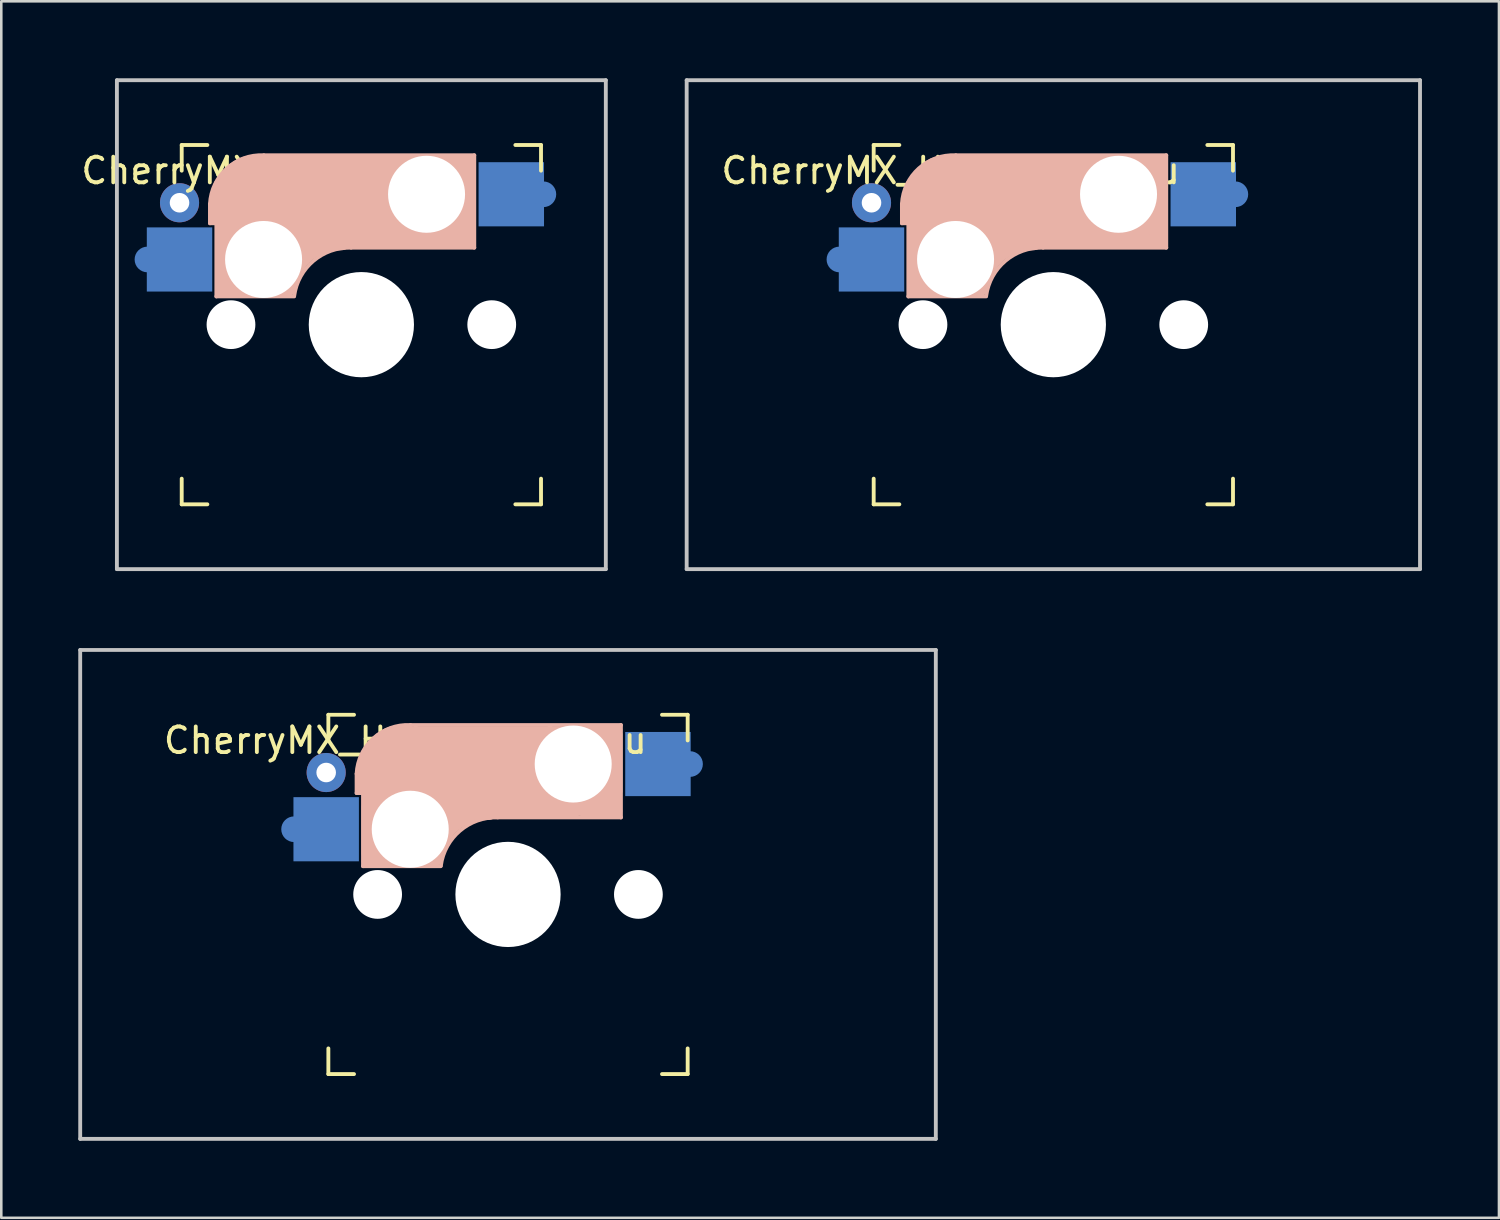
<source format=kicad_pcb>
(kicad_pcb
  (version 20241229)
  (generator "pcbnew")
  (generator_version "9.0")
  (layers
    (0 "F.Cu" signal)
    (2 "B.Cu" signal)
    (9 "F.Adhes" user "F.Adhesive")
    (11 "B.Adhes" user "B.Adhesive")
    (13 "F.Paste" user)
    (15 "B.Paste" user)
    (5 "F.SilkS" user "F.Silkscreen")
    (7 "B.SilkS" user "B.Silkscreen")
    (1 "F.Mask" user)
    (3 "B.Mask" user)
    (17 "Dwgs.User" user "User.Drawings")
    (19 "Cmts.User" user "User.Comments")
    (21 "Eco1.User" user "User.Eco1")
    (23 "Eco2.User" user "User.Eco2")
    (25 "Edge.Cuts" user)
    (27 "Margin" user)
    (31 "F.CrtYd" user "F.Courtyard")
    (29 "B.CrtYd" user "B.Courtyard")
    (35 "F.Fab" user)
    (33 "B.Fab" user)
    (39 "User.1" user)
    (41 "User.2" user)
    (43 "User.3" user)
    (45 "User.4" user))
  (footprint "CherryMX_Hotswap_1.75u"
    (layer "F.Cu")
    (at 16.744 31.8)
    (property "Reference" "CherryMX_Hotswap_1.75u" (at -4 -6 0) (layer "F.SilkS") (effects (font (size 1 1) (thickness 0.15))))
    (attr through_hole)
    (fp_line (start -7 -7) (end -6 -7) (stroke (width 0.15) (type solid)) (layer "F.SilkS"))
    (fp_line (start -7 -6) (end -7 -7) (stroke (width 0.15) (type solid)) (layer "F.SilkS"))
    (fp_line (start -7 6) (end -7 7) (stroke (width 0.15) (type solid)) (layer "F.SilkS"))
    (fp_line (start -7 7) (end -6 7) (stroke (width 0.15) (type solid)) (layer "F.SilkS"))
    (fp_line (start 6 7) (end 7 7) (stroke (width 0.15) (type solid)) (layer "F.SilkS"))
    (fp_line (start 7 -7) (end 6 -7) (stroke (width 0.15) (type solid)) (layer "F.SilkS"))
    (fp_line (start 7 -7) (end 7 -6) (stroke (width 0.15) (type solid)) (layer "F.SilkS"))
    (fp_line (start 7 7) (end 7 6) (stroke (width 0.15) (type solid)) (layer "F.SilkS"))
    (fp_line (start -5.9 -4.7) (end -5.9 -3.95) (stroke (width 0.15) (type solid)) (layer "B.SilkS"))
    (fp_line (start -5.9 -3.95) (end -5.7 -3.95) (stroke (width 0.15) (type solid)) (layer "B.SilkS"))
    (fp_line (start -5.8 -4.05) (end -5.8 -4.7) (stroke (width 0.3) (type solid)) (layer "B.SilkS"))
    (fp_line (start -5.65 -5.55) (end -5.65 -1.1) (stroke (width 0.15) (type solid)) (layer "B.SilkS"))
    (fp_line (start -5.65 -1.1) (end -2.62 -1.1) (stroke (width 0.15) (type solid)) (layer "B.SilkS"))
    (fp_line (start -5.45 -1.3) (end -3 -1.3) (stroke (width 0.5) (type solid)) (layer "B.SilkS"))
    (fp_line (start -5.3 -1.6) (end -5.3 -3.4) (stroke (width 0.8) (type solid)) (layer "B.SilkS"))
    (fp_line (start -4.17 -5.1) (end -4.17 -2.86) (stroke (width 3) (type solid)) (layer "B.SilkS"))
    (fp_line (start -0.4 -3) (end 4.4 -3) (stroke (width 0.15) (type solid)) (layer "B.SilkS"))
    (fp_line (start 2.6 -4.8) (end -4.1 -4.8) (stroke (width 3.5) (type solid)) (layer "B.SilkS"))
    (fp_line (start 3.9 -6) (end 3.9 -3.5) (stroke (width 1) (type solid)) (layer "B.SilkS"))
    (fp_line (start 4.2 -3.25) (end 2.9 -3.3) (stroke (width 0.5) (type solid)) (layer "B.SilkS"))
    (fp_line (start 4.25 -6.4) (end 3 -6.4) (stroke (width 0.4) (type solid)) (layer "B.SilkS"))
    (fp_line (start 4.38 -4) (end 4.38 -6.25) (stroke (width 0.15) (type solid)) (layer "B.SilkS"))
    (fp_line (start 4.4 -6.6) (end -3.8 -6.6) (stroke (width 0.15) (type solid)) (layer "B.SilkS"))
    (fp_line (start 4.4 -3) (end 4.4 -6.6) (stroke (width 0.15) (type solid)) (layer "B.SilkS"))
    (fp_arc (start -5.9 -4.699999) (mid -5.243504 -6.084924) (end -3.800001 -6.6) (stroke (width 0.15) (type solid)) (layer "B.SilkS"))
    (fp_arc (start -2.99603 -1.549409) (mid -2.241598 -2.895205) (end -0.783682 -3.4) (stroke (width 1) (type solid)) (layer "B.SilkS"))
    (fp_arc (start -2.616318 -1.121471) (mid -1.868709 -2.486118) (end -0.4 -3) (stroke (width 0.15) (type solid)) (layer "B.SilkS"))
    (fp_line (start -16.669 -9.525) (end 16.669 -9.525) (stroke (width 0.15) (type solid)) (layer "Dwgs.User"))
    (fp_line (start -16.669 9.525) (end -16.669 -9.525) (stroke (width 0.15) (type solid)) (layer "Dwgs.User"))
    (fp_line (start 16.669 -9.525) (end 16.669 9.525) (stroke (width 0.15) (type solid)) (layer "Dwgs.User"))
    (fp_line (start 16.669 9.525) (end -16.669 9.525) (stroke (width 0.15) (type solid)) (layer "Dwgs.User"))
    (fp_line (start -7 -7) (end 7 -7) (stroke (width 0.1) (type solid)) (layer "Eco1.User"))
    (fp_line (start -7 7) (end -7 -7) (stroke (width 0.1) (type solid)) (layer "Eco1.User"))
    (fp_line (start 7 -7) (end 7 7) (stroke (width 0.1) (type solid)) (layer "Eco1.User"))
    (fp_line (start 7 7) (end -7 7) (stroke (width 0.1) (type solid)) (layer "Eco1.User"))
    (fp_line (start 0 0) (end 0 5) (stroke (width 0.05) (type solid)) (layer "Eco2.User"))
    (fp_line (start 0 0) (end 8.26 0) (stroke (width 0.05) (type solid)) (layer "Eco2.User"))
    (pad "" np_thru_hole circle (at -5.08 0) (size 1.9 1.9) (drill 1.9) (layers "*.Cu" "*.Mask"))
    (pad "" np_thru_hole circle (at -3.81 -2.54) (size 3 3) (drill 3) (layers "*.Cu" "*.Mask"))
    (pad "" np_thru_hole circle (at 0 0 90) (size 4.1 4.1) (drill 4.1) (layers "*.Cu" "*.Mask"))
    (pad "" np_thru_hole circle (at 2.54 -5.08) (size 3 3) (drill 3) (layers "*.Cu" "*.Mask"))
    (pad "" np_thru_hole circle (at 5.08 0) (size 1.9 1.9) (drill 1.9) (layers "*.Cu" "*.Mask"))
    (pad "1" smd circle (at -8.335 -2.54 180) (size 1 1) (layers "B.Cu" "B.Mask" "B.Paste"))
    (pad "1" thru_hole circle (at -7.085 -4.75) (size 1.524 1.524) (drill 0.762) (layers "*.Cu" "*.Mask"))
    (pad "1" smd custom (at -7.085 -2.54 180) (size 2.55 2.5) (layers "B.Cu" "B.Mask" "B.Paste") (options (anchor rect)) (primitives))
    (pad "2" smd custom (at 5.842 -5.08) (size 2.55 2.5) (layers "B.Cu" "B.Mask" "B.Paste") (options (anchor rect)) (primitives))
    (pad "2" smd circle (at 7.092 -5.08) (size 1 1) (layers "B.Cu" "B.Mask" "B.Paste")))
  (footprint "CherryMX_Hotswap_1.5u"
    (layer "F.Cu")
    (at 37.992 9.6)
    (property "Reference" "CherryMX_Hotswap_1.5u" (at -4 -6 0) (layer "F.SilkS") (effects (font (size 1 1) (thickness 0.15))))
    (attr through_hole)
    (fp_line (start -7 -7) (end -6 -7) (stroke (width 0.15) (type solid)) (layer "F.SilkS"))
    (fp_line (start -7 -6) (end -7 -7) (stroke (width 0.15) (type solid)) (layer "F.SilkS"))
    (fp_line (start -7 6) (end -7 7) (stroke (width 0.15) (type solid)) (layer "F.SilkS"))
    (fp_line (start -7 7) (end -6 7) (stroke (width 0.15) (type solid)) (layer "F.SilkS"))
    (fp_line (start 6 7) (end 7 7) (stroke (width 0.15) (type solid)) (layer "F.SilkS"))
    (fp_line (start 7 -7) (end 6 -7) (stroke (width 0.15) (type solid)) (layer "F.SilkS"))
    (fp_line (start 7 -7) (end 7 -6) (stroke (width 0.15) (type solid)) (layer "F.SilkS"))
    (fp_line (start 7 7) (end 7 6) (stroke (width 0.15) (type solid)) (layer "F.SilkS"))
    (fp_line (start -5.9 -4.7) (end -5.9 -3.95) (stroke (width 0.15) (type solid)) (layer "B.SilkS"))
    (fp_line (start -5.9 -3.95) (end -5.7 -3.95) (stroke (width 0.15) (type solid)) (layer "B.SilkS"))
    (fp_line (start -5.8 -4.05) (end -5.8 -4.7) (stroke (width 0.3) (type solid)) (layer "B.SilkS"))
    (fp_line (start -5.65 -5.55) (end -5.65 -1.1) (stroke (width 0.15) (type solid)) (layer "B.SilkS"))
    (fp_line (start -5.65 -1.1) (end -2.62 -1.1) (stroke (width 0.15) (type solid)) (layer "B.SilkS"))
    (fp_line (start -5.45 -1.3) (end -3 -1.3) (stroke (width 0.5) (type solid)) (layer "B.SilkS"))
    (fp_line (start -5.3 -1.6) (end -5.3 -3.4) (stroke (width 0.8) (type solid)) (layer "B.SilkS"))
    (fp_line (start -4.17 -5.1) (end -4.17 -2.86) (stroke (width 3) (type solid)) (layer "B.SilkS"))
    (fp_line (start -0.4 -3) (end 4.4 -3) (stroke (width 0.15) (type solid)) (layer "B.SilkS"))
    (fp_line (start 2.6 -4.8) (end -4.1 -4.8) (stroke (width 3.5) (type solid)) (layer "B.SilkS"))
    (fp_line (start 3.9 -6) (end 3.9 -3.5) (stroke (width 1) (type solid)) (layer "B.SilkS"))
    (fp_line (start 4.2 -3.25) (end 2.9 -3.3) (stroke (width 0.5) (type solid)) (layer "B.SilkS"))
    (fp_line (start 4.25 -6.4) (end 3 -6.4) (stroke (width 0.4) (type solid)) (layer "B.SilkS"))
    (fp_line (start 4.38 -4) (end 4.38 -6.25) (stroke (width 0.15) (type solid)) (layer "B.SilkS"))
    (fp_line (start 4.4 -6.6) (end -3.8 -6.6) (stroke (width 0.15) (type solid)) (layer "B.SilkS"))
    (fp_line (start 4.4 -3) (end 4.4 -6.6) (stroke (width 0.15) (type solid)) (layer "B.SilkS"))
    (fp_arc (start -5.9 -4.699999) (mid -5.243504 -6.084924) (end -3.800001 -6.6) (stroke (width 0.15) (type solid)) (layer "B.SilkS"))
    (fp_arc (start -2.99603 -1.549409) (mid -2.241598 -2.895205) (end -0.783682 -3.4) (stroke (width 1) (type solid)) (layer "B.SilkS"))
    (fp_arc (start -2.616318 -1.121471) (mid -1.868709 -2.486118) (end -0.4 -3) (stroke (width 0.15) (type solid)) (layer "B.SilkS"))
    (fp_line (start -14.287 -9.525) (end 14.287 -9.525) (stroke (width 0.15) (type solid)) (layer "Dwgs.User"))
    (fp_line (start -14.287 9.525) (end -14.287 -9.525) (stroke (width 0.15) (type solid)) (layer "Dwgs.User"))
    (fp_line (start 14.287 -9.525) (end 14.287 9.525) (stroke (width 0.15) (type solid)) (layer "Dwgs.User"))
    (fp_line (start 14.287 9.525) (end -14.287 9.525) (stroke (width 0.15) (type solid)) (layer "Dwgs.User"))
    (fp_line (start -7 -7) (end 7 -7) (stroke (width 0.1) (type solid)) (layer "Eco1.User"))
    (fp_line (start -7 7) (end -7 -7) (stroke (width 0.1) (type solid)) (layer "Eco1.User"))
    (fp_line (start 7 -7) (end 7 7) (stroke (width 0.1) (type solid)) (layer "Eco1.User"))
    (fp_line (start 7 7) (end -7 7) (stroke (width 0.1) (type solid)) (layer "Eco1.User"))
    (fp_line (start 0 0) (end 0 5) (stroke (width 0.05) (type solid)) (layer "Eco2.User"))
    (fp_line (start 0 0) (end 8.26 0) (stroke (width 0.05) (type solid)) (layer "Eco2.User"))
    (pad "" np_thru_hole circle (at -5.08 0) (size 1.9 1.9) (drill 1.9) (layers "*.Cu" "*.Mask"))
    (pad "" np_thru_hole circle (at -3.81 -2.54) (size 3 3) (drill 3) (layers "*.Cu" "*.Mask"))
    (pad "" np_thru_hole circle (at 0 0 90) (size 4.1 4.1) (drill 4.1) (layers "*.Cu" "*.Mask"))
    (pad "" np_thru_hole circle (at 2.54 -5.08) (size 3 3) (drill 3) (layers "*.Cu" "*.Mask"))
    (pad "" np_thru_hole circle (at 5.08 0) (size 1.9 1.9) (drill 1.9) (layers "*.Cu" "*.Mask"))
    (pad "1" smd circle (at -8.335 -2.54 180) (size 1 1) (layers "B.Cu" "B.Mask" "B.Paste"))
    (pad "1" thru_hole circle (at -7.085 -4.75) (size 1.524 1.524) (drill 0.762) (layers "*.Cu" "*.Mask"))
    (pad "1" smd custom (at -7.085 -2.54 180) (size 2.55 2.5) (layers "B.Cu" "B.Mask" "B.Paste") (options (anchor rect)) (primitives))
    (pad "2" smd custom (at 5.842 -5.08) (size 2.55 2.5) (layers "B.Cu" "B.Mask" "B.Paste") (options (anchor rect)) (primitives))
    (pad "2" smd circle (at 7.092 -5.08) (size 1 1) (layers "B.Cu" "B.Mask" "B.Paste")))
  (footprint "CherryMX_Hotswap"
    (layer "F.Cu")
    (at 11.03 9.6)
    (property "Reference" "CherryMX_Hotswap" (at -4 -6 0) (unlocked yes) (layer "F.SilkS") (effects (font (size 1 1) (thickness 0.15))))
    (attr smd)
    (fp_line (start -7 -7) (end -6 -7) (stroke (width 0.15) (type solid)) (layer "F.SilkS"))
    (fp_line (start -7 -6) (end -7 -7) (stroke (width 0.15) (type solid)) (layer "F.SilkS"))
    (fp_line (start -7 6) (end -7 7) (stroke (width 0.15) (type solid)) (layer "F.SilkS"))
    (fp_line (start -7 7) (end -6 7) (stroke (width 0.15) (type solid)) (layer "F.SilkS"))
    (fp_line (start 6 7) (end 7 7) (stroke (width 0.15) (type solid)) (layer "F.SilkS"))
    (fp_line (start 7 -7) (end 6 -7) (stroke (width 0.15) (type solid)) (layer "F.SilkS"))
    (fp_line (start 7 -7) (end 7 -6) (stroke (width 0.15) (type solid)) (layer "F.SilkS"))
    (fp_line (start 7 7) (end 7 6) (stroke (width 0.15) (type solid)) (layer "F.SilkS"))
    (fp_line (start -5.9 -4.7) (end -5.9 -3.95) (stroke (width 0.15) (type solid)) (layer "B.SilkS"))
    (fp_line (start -5.9 -3.95) (end -5.7 -3.95) (stroke (width 0.15) (type solid)) (layer "B.SilkS"))
    (fp_line (start -5.8 -4.05) (end -5.8 -4.7) (stroke (width 0.3) (type solid)) (layer "B.SilkS"))
    (fp_line (start -5.65 -5.55) (end -5.65 -1.1) (stroke (width 0.15) (type solid)) (layer "B.SilkS"))
    (fp_line (start -5.65 -1.1) (end -2.62 -1.1) (stroke (width 0.15) (type solid)) (layer "B.SilkS"))
    (fp_line (start -5.45 -1.3) (end -3 -1.3) (stroke (width 0.5) (type solid)) (layer "B.SilkS"))
    (fp_line (start -5.3 -1.6) (end -5.3 -3.4) (stroke (width 0.8) (type solid)) (layer "B.SilkS"))
    (fp_line (start -4.17 -5.1) (end -4.17 -2.86) (stroke (width 3) (type solid)) (layer "B.SilkS"))
    (fp_line (start -0.4 -3) (end 4.4 -3) (stroke (width 0.15) (type solid)) (layer "B.SilkS"))
    (fp_line (start 2.6 -4.8) (end -4.1 -4.8) (stroke (width 3.5) (type solid)) (layer "B.SilkS"))
    (fp_line (start 3.9 -6) (end 3.9 -3.5) (stroke (width 1) (type solid)) (layer "B.SilkS"))
    (fp_line (start 4.2 -3.25) (end 2.9 -3.3) (stroke (width 0.5) (type solid)) (layer "B.SilkS"))
    (fp_line (start 4.25 -6.4) (end 3 -6.4) (stroke (width 0.4) (type solid)) (layer "B.SilkS"))
    (fp_line (start 4.38 -4) (end 4.38 -6.25) (stroke (width 0.15) (type solid)) (layer "B.SilkS"))
    (fp_line (start 4.4 -6.6) (end -3.8 -6.6) (stroke (width 0.15) (type solid)) (layer "B.SilkS"))
    (fp_line (start 4.4 -3) (end 4.4 -6.6) (stroke (width 0.15) (type solid)) (layer "B.SilkS"))
    (fp_arc (start -5.9 -4.699999) (mid -5.243504 -6.084924) (end -3.800001 -6.6) (stroke (width 0.15) (type solid)) (layer "B.SilkS"))
    (fp_arc (start -2.99603 -1.549409) (mid -2.241598 -2.895205) (end -0.783682 -3.4) (stroke (width 1) (type solid)) (layer "B.SilkS"))
    (fp_arc (start -2.616318 -1.121471) (mid -1.868709 -2.486118) (end -0.4 -3) (stroke (width 0.15) (type solid)) (layer "B.SilkS"))
    (fp_line (start -9.525 -9.525) (end 9.525 -9.525) (stroke (width 0.15) (type solid)) (layer "Dwgs.User"))
    (fp_line (start -9.525 9.525) (end -9.525 -9.525) (stroke (width 0.15) (type solid)) (layer "Dwgs.User"))
    (fp_line (start 9.525 -9.525) (end 9.525 9.525) (stroke (width 0.15) (type solid)) (layer "Dwgs.User"))
    (fp_line (start 9.525 9.525) (end -9.525 9.525) (stroke (width 0.15) (type solid)) (layer "Dwgs.User"))
    (fp_line (start -7 -7) (end 7 -7) (stroke (width 0.1) (type solid)) (layer "Eco1.User"))
    (fp_line (start -7 7) (end -7 -7) (stroke (width 0.1) (type solid)) (layer "Eco1.User"))
    (fp_line (start 7 -7) (end 7 7) (stroke (width 0.1) (type solid)) (layer "Eco1.User"))
    (fp_line (start 7 7) (end -7 7) (stroke (width 0.1) (type solid)) (layer "Eco1.User"))
    (fp_line (start 0 0) (end 0 5) (stroke (width 0.05) (type solid)) (layer "Eco2.User"))
    (fp_line (start 0 0) (end 8.26 0) (stroke (width 0.05) (type solid)) (layer "Eco2.User"))
    (pad "" np_thru_hole circle (at -5.08 0) (size 1.9 1.9) (drill 1.9) (layers "*.Cu" "*.Mask"))
    (pad "" np_thru_hole circle (at -3.81 -2.54) (size 3 3) (drill 3) (layers "*.Cu" "*.Mask"))
    (pad "" np_thru_hole circle (at 0 0 90) (size 4.1 4.1) (drill 4.1) (layers "*.Cu" "*.Mask"))
    (pad "" np_thru_hole circle (at 2.54 -5.08) (size 3 3) (drill 3) (layers "*.Cu" "*.Mask"))
    (pad "" np_thru_hole circle (at 5.08 0) (size 1.9 1.9) (drill 1.9) (layers "*.Cu" "*.Mask"))
    (pad "1" smd circle (at -8.335 -2.54 180) (size 1 1) (layers "B.Cu" "B.Mask" "B.Paste"))
    (pad "1" thru_hole circle (at -7.085 -4.75) (size 1.524 1.524) (drill 0.762) (layers "*.Cu" "*.Mask"))
    (pad "1" smd custom (at -7.085 -2.54 180) (size 2.55 2.5) (layers "B.Cu" "B.Mask" "B.Paste") (options (anchor rect)) (primitives))
    (pad "2" smd custom (at 5.842 -5.08) (size 2.55 2.5) (layers "B.Cu" "B.Mask" "B.Paste") (options (anchor rect)) (primitives))
    (pad "2" smd circle (at 7.092 -5.08) (size 1 1) (layers "B.Cu" "B.Mask" "B.Paste")))
  (gr_rect
    (start -3 -3)
    (end 55.355 44.4)
    (stroke (width 0.1) (type default))
    (fill no)
    (layer "Edge.Cuts")))
</source>
